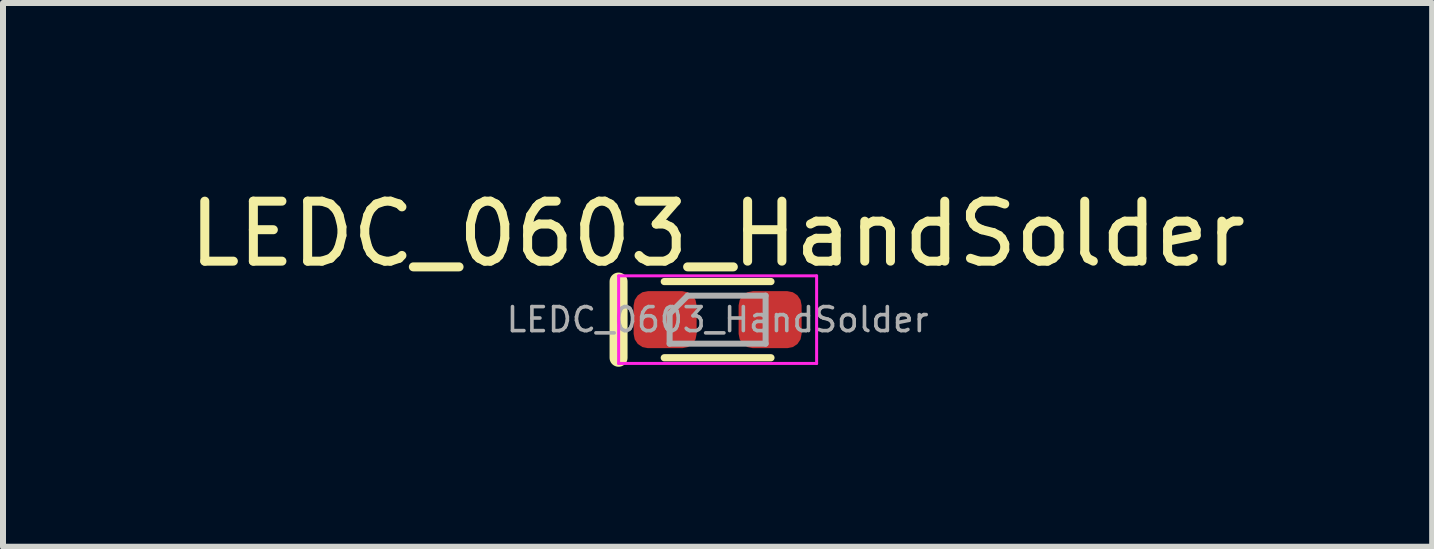
<source format=kicad_pcb>
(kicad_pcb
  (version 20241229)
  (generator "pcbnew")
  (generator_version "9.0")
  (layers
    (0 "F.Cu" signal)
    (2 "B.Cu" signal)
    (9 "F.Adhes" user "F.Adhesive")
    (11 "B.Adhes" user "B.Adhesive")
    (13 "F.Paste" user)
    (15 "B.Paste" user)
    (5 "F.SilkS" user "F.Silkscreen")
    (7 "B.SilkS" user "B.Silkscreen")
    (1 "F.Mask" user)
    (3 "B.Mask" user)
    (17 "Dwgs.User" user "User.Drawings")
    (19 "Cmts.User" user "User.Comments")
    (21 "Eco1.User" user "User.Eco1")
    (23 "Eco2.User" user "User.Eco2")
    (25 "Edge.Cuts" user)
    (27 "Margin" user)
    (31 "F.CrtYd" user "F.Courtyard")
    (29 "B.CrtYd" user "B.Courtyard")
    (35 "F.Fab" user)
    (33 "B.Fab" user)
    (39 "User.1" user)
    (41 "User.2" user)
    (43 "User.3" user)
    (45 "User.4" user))
  (footprint "LEDC_0603_HandSolder"
    (layer "F.Cu")
    (at 8.911 2.278)
    (property "Reference" "LEDC_0603_HandSolder" (at 0 -1.43 0) (layer "F.SilkS") (effects (font (size 1 1) (thickness 0.15))))
    (attr smd)
    (fp_line (start -1.651 -0.635) (end -1.651 0.635) (stroke (width 0.3) (type solid)) (layer "F.SilkS"))
    (fp_line (start 0.889 -0.635) (end -0.889 -0.635) (stroke (width 0.12) (type solid)) (layer "F.SilkS"))
    (fp_line (start 0.889 0.635) (end -0.889 0.635) (stroke (width 0.12) (type solid)) (layer "F.SilkS"))
    (fp_line (start -1.65 -0.73) (end 1.65 -0.73) (stroke (width 0.05) (type solid)) (layer "F.CrtYd"))
    (fp_line (start -1.65 0.73) (end -1.65 -0.73) (stroke (width 0.05) (type solid)) (layer "F.CrtYd"))
    (fp_line (start 1.65 -0.73) (end 1.65 0.73) (stroke (width 0.05) (type solid)) (layer "F.CrtYd"))
    (fp_line (start 1.65 0.73) (end -1.65 0.73) (stroke (width 0.05) (type solid)) (layer "F.CrtYd"))
    (fp_line (start -0.8 -0.1) (end -0.8 0.4) (stroke (width 0.1) (type solid)) (layer "F.Fab"))
    (fp_line (start -0.8 0.4) (end 0.8 0.4) (stroke (width 0.1) (type solid)) (layer "F.Fab"))
    (fp_line (start -0.5 -0.4) (end -0.8 -0.1) (stroke (width 0.1) (type solid)) (layer "F.Fab"))
    (fp_line (start 0.8 -0.4) (end -0.5 -0.4) (stroke (width 0.1) (type solid)) (layer "F.Fab"))
    (fp_line (start 0.8 0.4) (end 0.8 -0.4) (stroke (width 0.1) (type solid)) (layer "F.Fab"))
    (fp_text user "${REFERENCE}" (at 0 0 0) (layer "F.Fab") (effects (font (size 0.4 0.4) (thickness 0.06))))
    (pad "A" smd roundrect (at 0.875 0) (size 1.05 0.95) (layers "F.Cu" "F.Mask" "F.Paste") (roundrect_rratio 0.25))
    (pad "K" smd roundrect (at -0.875 0) (size 1.05 0.95) (layers "F.Cu" "F.Mask" "F.Paste") (roundrect_rratio 0.25)))
  (gr_rect
    (start -3 -3)
    (end 20.821 6.063)
    (stroke (width 0.1) (type default))
    (fill no)
    (layer "Edge.Cuts")))
</source>
